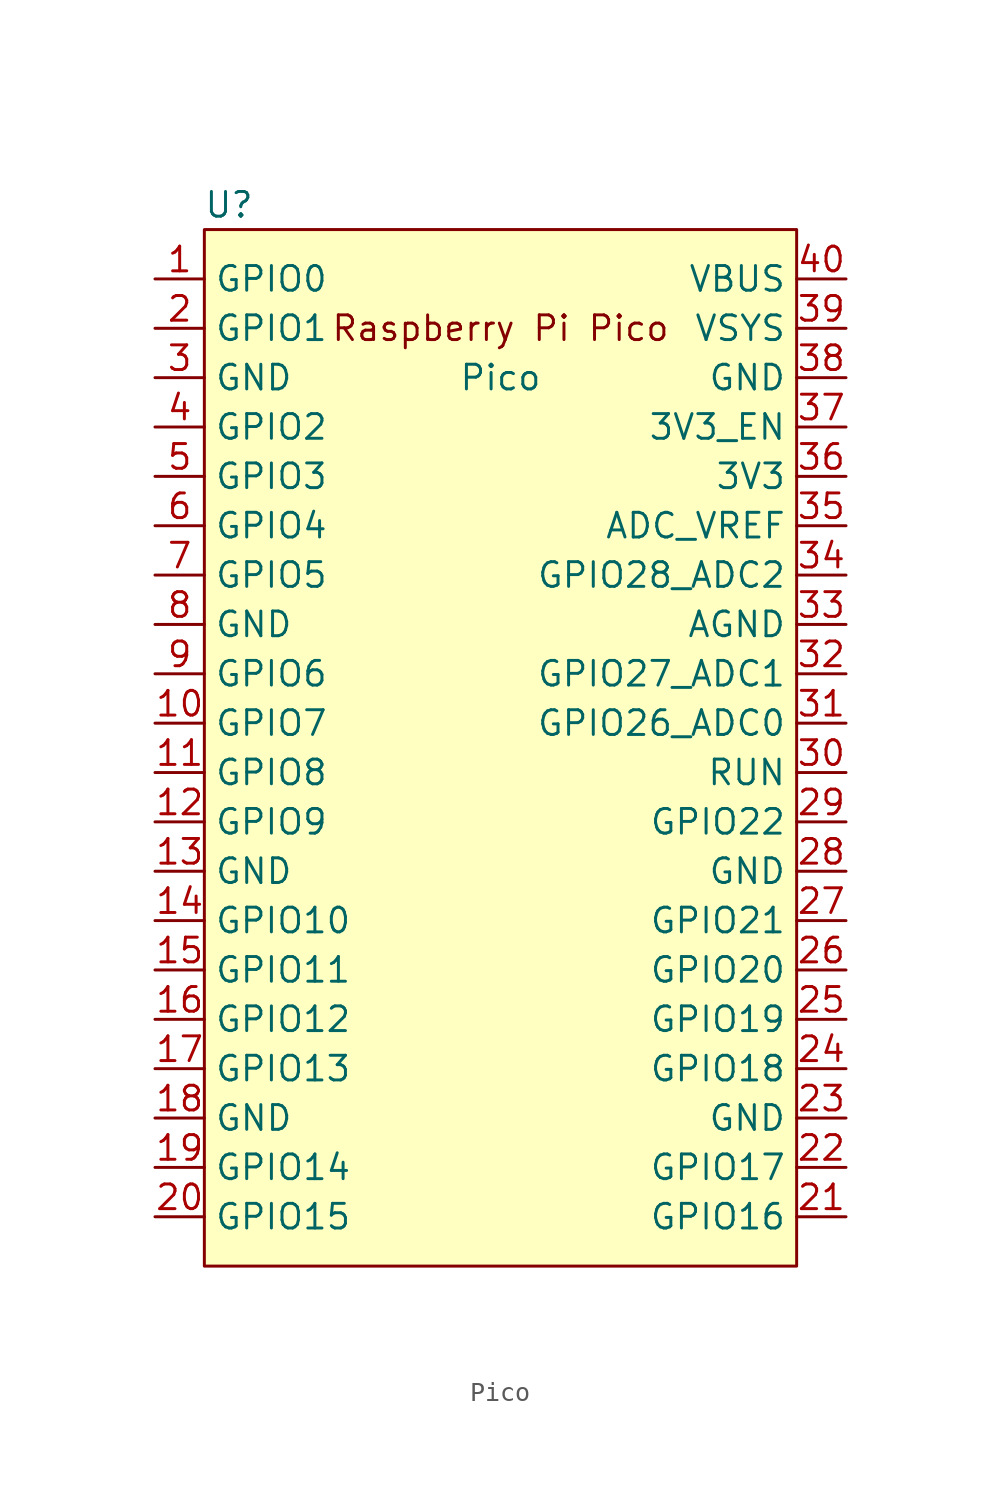
<source format=kicad_sym>
(kicad_symbol_lib
  (version 20231120)
  (generator "kicad_symbol_editor")
  (generator_version "8.0")
  (symbol "Pico"
    (property "Reference" "U"
      (at -13.97 27.94 0)
      (effects (font (size 1.27 1.27))))
    (property "Value" "Pico"
      (at 0 19.05 0)
      (effects (font (size 1.27 1.27))))
    (symbol "Pico_0_0"
      (text "Raspberry Pi Pico" (at 0 21.59 0) (effects (font (size 1.27 1.27)))))
    (symbol "Pico_0_1"
      (rectangle (start -15.24 26.67) (end 15.24 -26.67) (stroke (width 0) (type default)) (fill (type background))))
    (symbol "Pico_1_1"
      (pin bidirectional line (at -17.78 24.13 0) (length 2.54) (name "GPIO0" (effects (font (size 1.27 1.27)))) (number "1" (effects (font (size 1.27 1.27)))))
      (pin bidirectional line (at -17.78 1.27 0) (length 2.54) (name "GPIO7" (effects (font (size 1.27 1.27)))) (number "10" (effects (font (size 1.27 1.27)))))
      (pin bidirectional line (at -17.78 -1.27 0) (length 2.54) (name "GPIO8" (effects (font (size 1.27 1.27)))) (number "11" (effects (font (size 1.27 1.27)))))
      (pin bidirectional line (at -17.78 -3.81 0) (length 2.54) (name "GPIO9" (effects (font (size 1.27 1.27)))) (number "12" (effects (font (size 1.27 1.27)))))
      (pin power_in line (at -17.78 -6.35 0) (length 2.54) (name "GND" (effects (font (size 1.27 1.27)))) (number "13" (effects (font (size 1.27 1.27)))))
      (pin bidirectional line (at -17.78 -8.89 0) (length 2.54) (name "GPIO10" (effects (font (size 1.27 1.27)))) (number "14" (effects (font (size 1.27 1.27)))))
      (pin bidirectional line (at -17.78 -11.43 0) (length 2.54) (name "GPIO11" (effects (font (size 1.27 1.27)))) (number "15" (effects (font (size 1.27 1.27)))))
      (pin bidirectional line (at -17.78 -13.97 0) (length 2.54) (name "GPIO12" (effects (font (size 1.27 1.27)))) (number "16" (effects (font (size 1.27 1.27)))))
      (pin bidirectional line (at -17.78 -16.51 0) (length 2.54) (name "GPIO13" (effects (font (size 1.27 1.27)))) (number "17" (effects (font (size 1.27 1.27)))))
      (pin power_in line (at -17.78 -19.05 0) (length 2.54) (name "GND" (effects (font (size 1.27 1.27)))) (number "18" (effects (font (size 1.27 1.27)))))
      (pin bidirectional line (at -17.78 -21.59 0) (length 2.54) (name "GPIO14" (effects (font (size 1.27 1.27)))) (number "19" (effects (font (size 1.27 1.27)))))
      (pin bidirectional line (at -17.78 21.59 0) (length 2.54) (name "GPIO1" (effects (font (size 1.27 1.27)))) (number "2" (effects (font (size 1.27 1.27)))))
      (pin bidirectional line (at -17.78 -24.13 0) (length 2.54) (name "GPIO15" (effects (font (size 1.27 1.27)))) (number "20" (effects (font (size 1.27 1.27)))))
      (pin bidirectional line (at 17.78 -24.13 180) (length 2.54) (name "GPIO16" (effects (font (size 1.27 1.27)))) (number "21" (effects (font (size 1.27 1.27)))))
      (pin bidirectional line (at 17.78 -21.59 180) (length 2.54) (name "GPIO17" (effects (font (size 1.27 1.27)))) (number "22" (effects (font (size 1.27 1.27)))))
      (pin power_in line (at 17.78 -19.05 180) (length 2.54) (name "GND" (effects (font (size 1.27 1.27)))) (number "23" (effects (font (size 1.27 1.27)))))
      (pin bidirectional line (at 17.78 -16.51 180) (length 2.54) (name "GPIO18" (effects (font (size 1.27 1.27)))) (number "24" (effects (font (size 1.27 1.27)))))
      (pin bidirectional line (at 17.78 -13.97 180) (length 2.54) (name "GPIO19" (effects (font (size 1.27 1.27)))) (number "25" (effects (font (size 1.27 1.27)))))
      (pin bidirectional line (at 17.78 -11.43 180) (length 2.54) (name "GPIO20" (effects (font (size 1.27 1.27)))) (number "26" (effects (font (size 1.27 1.27)))))
      (pin bidirectional line (at 17.78 -8.89 180) (length 2.54) (name "GPIO21" (effects (font (size 1.27 1.27)))) (number "27" (effects (font (size 1.27 1.27)))))
      (pin power_in line (at 17.78 -6.35 180) (length 2.54) (name "GND" (effects (font (size 1.27 1.27)))) (number "28" (effects (font (size 1.27 1.27)))))
      (pin bidirectional line (at 17.78 -3.81 180) (length 2.54) (name "GPIO22" (effects (font (size 1.27 1.27)))) (number "29" (effects (font (size 1.27 1.27)))))
      (pin power_in line (at -17.78 19.05 0) (length 2.54) (name "GND" (effects (font (size 1.27 1.27)))) (number "3" (effects (font (size 1.27 1.27)))))
      (pin input line (at 17.78 -1.27 180) (length 2.54) (name "RUN" (effects (font (size 1.27 1.27)))) (number "30" (effects (font (size 1.27 1.27)))))
      (pin bidirectional line (at 17.78 1.27 180) (length 2.54) (name "GPIO26_ADC0" (effects (font (size 1.27 1.27)))) (number "31" (effects (font (size 1.27 1.27)))))
      (pin bidirectional line (at 17.78 3.81 180) (length 2.54) (name "GPIO27_ADC1" (effects (font (size 1.27 1.27)))) (number "32" (effects (font (size 1.27 1.27)))))
      (pin power_in line (at 17.78 6.35 180) (length 2.54) (name "AGND" (effects (font (size 1.27 1.27)))) (number "33" (effects (font (size 1.27 1.27)))))
      (pin bidirectional line (at 17.78 8.89 180) (length 2.54) (name "GPIO28_ADC2" (effects (font (size 1.27 1.27)))) (number "34" (effects (font (size 1.27 1.27)))))
      (pin power_in line (at 17.78 11.43 180) (length 2.54) (name "ADC_VREF" (effects (font (size 1.27 1.27)))) (number "35" (effects (font (size 1.27 1.27)))))
      (pin power_in line (at 17.78 13.97 180) (length 2.54) (name "3V3" (effects (font (size 1.27 1.27)))) (number "36" (effects (font (size 1.27 1.27)))))
      (pin input line (at 17.78 16.51 180) (length 2.54) (name "3V3_EN" (effects (font (size 1.27 1.27)))) (number "37" (effects (font (size 1.27 1.27)))))
      (pin power_in line (at 17.78 19.05 180) (length 2.54) (name "GND" (effects (font (size 1.27 1.27)))) (number "38" (effects (font (size 1.27 1.27)))))
      (pin power_in line (at 17.78 21.59 180) (length 2.54) (name "VSYS" (effects (font (size 1.27 1.27)))) (number "39" (effects (font (size 1.27 1.27)))))
      (pin bidirectional line (at -17.78 16.51 0) (length 2.54) (name "GPIO2" (effects (font (size 1.27 1.27)))) (number "4" (effects (font (size 1.27 1.27)))))
      (pin power_in line (at 17.78 24.13 180) (length 2.54) (name "VBUS" (effects (font (size 1.27 1.27)))) (number "40" (effects (font (size 1.27 1.27)))))
      (pin bidirectional line (at -17.78 13.97 0) (length 2.54) (name "GPIO3" (effects (font (size 1.27 1.27)))) (number "5" (effects (font (size 1.27 1.27)))))
      (pin bidirectional line (at -17.78 11.43 0) (length 2.54) (name "GPIO4" (effects (font (size 1.27 1.27)))) (number "6" (effects (font (size 1.27 1.27)))))
      (pin bidirectional line (at -17.78 8.89 0) (length 2.54) (name "GPIO5" (effects (font (size 1.27 1.27)))) (number "7" (effects (font (size 1.27 1.27)))))
      (pin power_in line (at -17.78 6.35 0) (length 2.54) (name "GND" (effects (font (size 1.27 1.27)))) (number "8" (effects (font (size 1.27 1.27)))))
      (pin bidirectional line (at -17.78 3.81 0) (length 2.54) (name "GPIO6" (effects (font (size 1.27 1.27)))) (number "9" (effects (font (size 1.27 1.27))))))))
</source>
